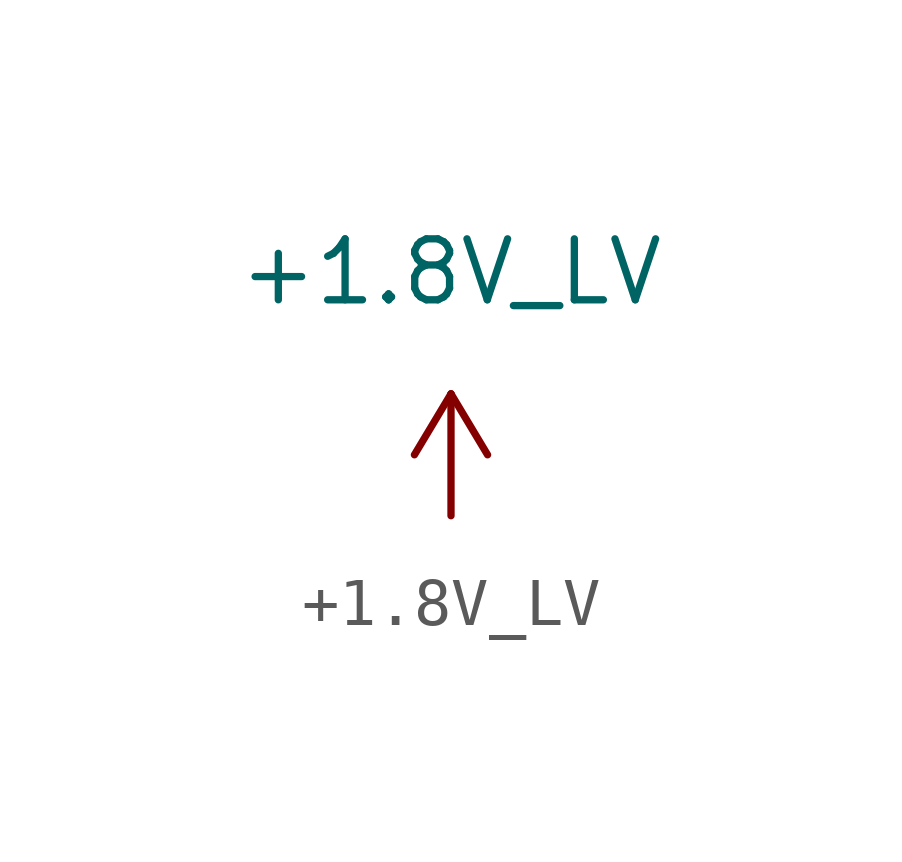
<source format=kicad_sym>
(kicad_symbol_lib
  (version 20211014)
  (generator kicad_symbol_editor)
  (symbol "+1.8V_LV"
    (power)
    (pin_numbers hide)
    (pin_names
      (offset 0))
    (property "Reference" "#PWR"
      (at 1.27 0 90)
      (effects (font (size 1.27 1.27)) hide))
    (property "Value" "+1.8V_LV"
      (at 0 5.08 0)
      (effects (font (size 1.27 1.27))))
    (symbol "+1.8V_LV_1_1"
      (polyline (pts (xy -0.762 1.27) (xy 0 2.54)) (stroke (width 0) (type default) (color 0 0 0 0)) (fill (type none)))
      (polyline (pts (xy 0 0) (xy 0 2.54)) (stroke (width 0) (type default) (color 0 0 0 0)) (fill (type none)))
      (polyline (pts (xy 0 2.54) (xy 0.762 1.27)) (stroke (width 0) (type default) (color 0 0 0 0)) (fill (type none)))
      (pin power_in line (at 0 0 90) (length 0) hide (name "+1.8V_HV" (effects (font (size 1.27 1.27)))) (number "1" (effects (font (size 1.27 1.27))))))))
</source>
